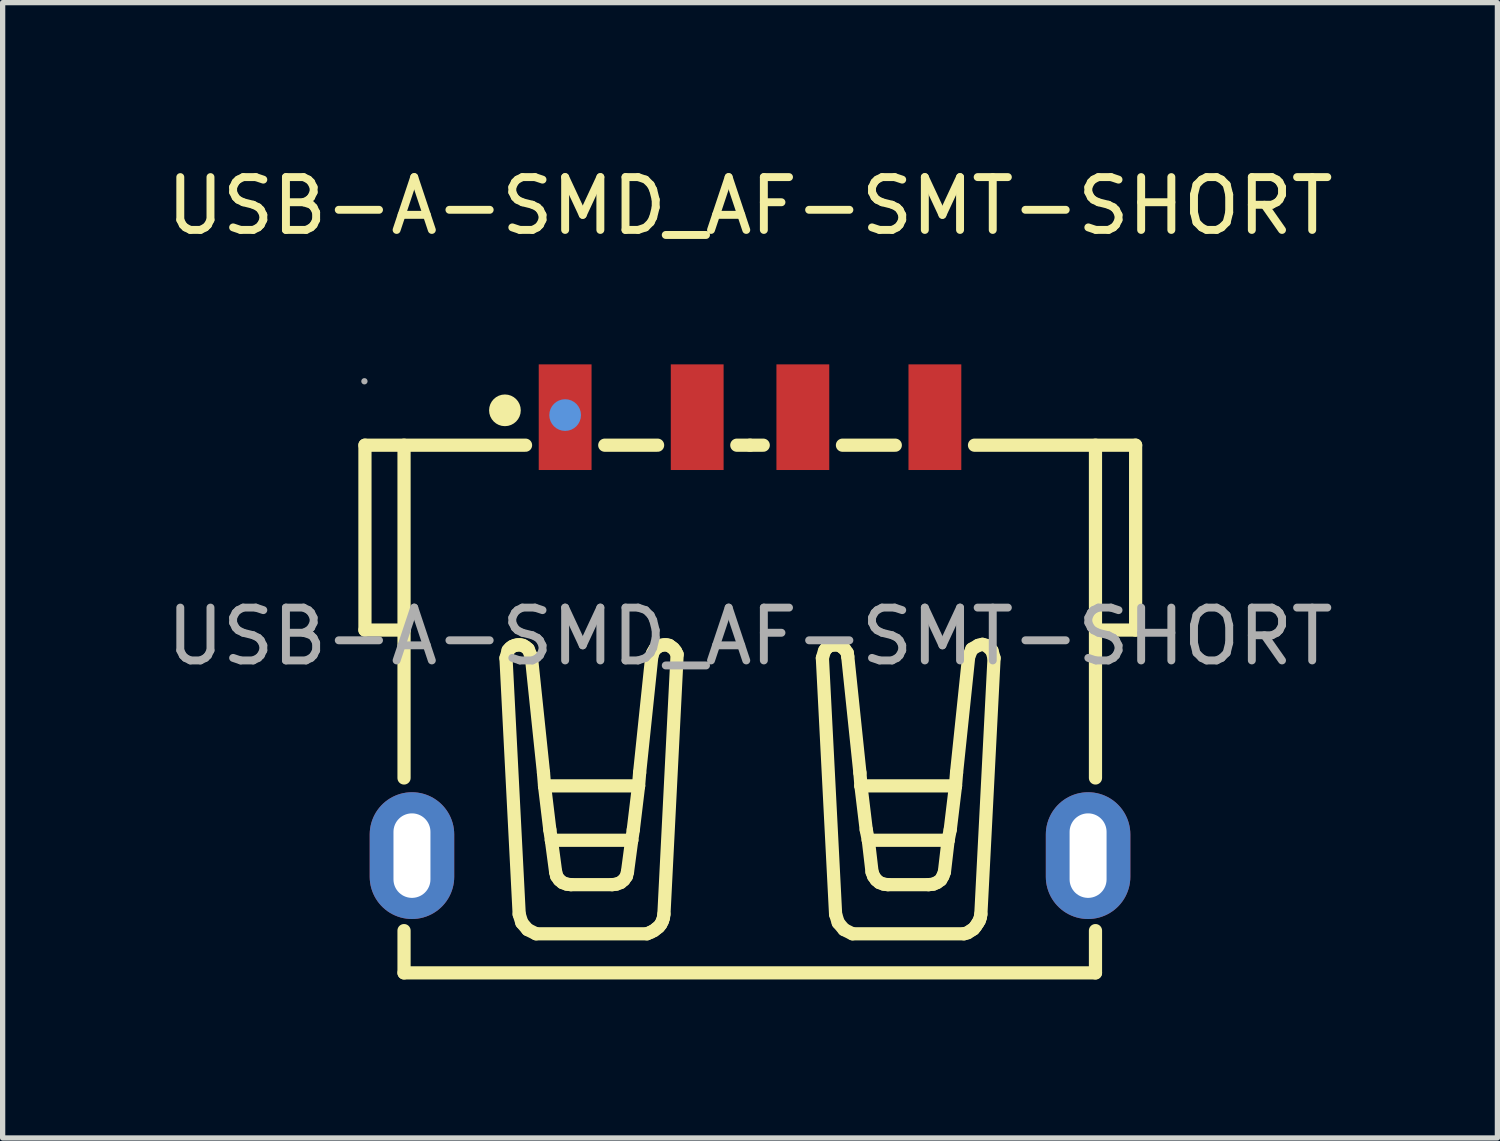
<source format=kicad_pcb>
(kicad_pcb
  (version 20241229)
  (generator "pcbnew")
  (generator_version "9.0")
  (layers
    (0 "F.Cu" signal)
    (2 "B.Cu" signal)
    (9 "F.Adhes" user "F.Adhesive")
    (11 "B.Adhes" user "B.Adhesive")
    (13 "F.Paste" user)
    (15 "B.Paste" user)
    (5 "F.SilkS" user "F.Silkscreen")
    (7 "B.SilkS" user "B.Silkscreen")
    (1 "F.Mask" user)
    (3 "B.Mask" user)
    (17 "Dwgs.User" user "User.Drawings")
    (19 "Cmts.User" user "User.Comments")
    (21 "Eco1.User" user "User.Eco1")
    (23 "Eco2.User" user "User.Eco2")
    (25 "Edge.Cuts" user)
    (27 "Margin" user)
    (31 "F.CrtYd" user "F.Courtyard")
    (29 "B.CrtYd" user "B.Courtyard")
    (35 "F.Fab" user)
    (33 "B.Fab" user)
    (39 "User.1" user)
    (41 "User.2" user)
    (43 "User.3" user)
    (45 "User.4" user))
  (footprint "USB-A-SMD_AF-SMT-SHORT"
    (layer "F.Cu")
    (at 11.149 8.998)
    (property "Reference" "USB-A-SMD_AF-SMT-SHORT" (at 0 -8.15 0) (layer "F.SilkS") (effects (font (size 1 1) (thickness 0.15))))
    (attr through_hole)
    (fp_line (start -7.29 -3.62) (end -7.29 -0.12) (stroke (width 0.25) (type solid)) (layer "F.SilkS"))
    (fp_line (start -6.55 -3.62) (end -6.55 2.68) (stroke (width 0.25) (type solid)) (layer "F.SilkS"))
    (fp_line (start -6.55 -0.12) (end -7.29 -0.12) (stroke (width 0.25) (type solid)) (layer "F.SilkS"))
    (fp_line (start -6.55 5.57) (end -6.55 6.37) (stroke (width 0.25) (type solid)) (layer "F.SilkS"))
    (fp_line (start -6.55 6.37) (end 6.54 6.37) (stroke (width 0.25) (type solid)) (layer "F.SilkS"))
    (fp_line (start -4.62 0.41) (end -4.37 5.26) (stroke (width 0.25) (type solid)) (layer "F.SilkS"))
    (fp_line (start -4.58 0.27) (end -4.62 0.41) (stroke (width 0.25) (type solid)) (layer "F.SilkS"))
    (fp_line (start -4.54 0.22) (end -4.58 0.26) (stroke (width 0.25) (type solid)) (layer "F.SilkS"))
    (fp_line (start -4.5 0.19) (end -4.54 0.22) (stroke (width 0.25) (type solid)) (layer "F.SilkS"))
    (fp_line (start -4.45 0.17) (end -4.5 0.19) (stroke (width 0.25) (type solid)) (layer "F.SilkS"))
    (fp_line (start -4.4 0.16) (end -4.45 0.17) (stroke (width 0.25) (type solid)) (layer "F.SilkS"))
    (fp_line (start -4.37 5.26) (end -4.32 5.42) (stroke (width 0.25) (type solid)) (layer "F.SilkS"))
    (fp_line (start -4.35 0.16) (end -4.4 0.16) (stroke (width 0.25) (type solid)) (layer "F.SilkS"))
    (fp_line (start -4.32 5.42) (end -4.21 5.55) (stroke (width 0.25) (type solid)) (layer "F.SilkS"))
    (fp_line (start -4.3 0.17) (end -4.35 0.16) (stroke (width 0.25) (type solid)) (layer "F.SilkS"))
    (fp_line (start -4.25 -3.62) (end -7.29 -3.62) (stroke (width 0.25) (type solid)) (layer "F.SilkS"))
    (fp_line (start -4.25 0.2) (end -4.3 0.17) (stroke (width 0.25) (type solid)) (layer "F.SilkS"))
    (fp_line (start -4.21 5.55) (end -4.05 5.63) (stroke (width 0.25) (type solid)) (layer "F.SilkS"))
    (fp_line (start -4.2 0.24) (end -4.25 0.2) (stroke (width 0.25) (type solid)) (layer "F.SilkS"))
    (fp_line (start -4.14 0.38) (end -4.2 0.24) (stroke (width 0.25) (type solid)) (layer "F.SilkS"))
    (fp_line (start -4.05 5.63) (end -1.95 5.63) (stroke (width 0.25) (type solid)) (layer "F.SilkS"))
    (fp_line (start -3.91 2.58) (end -4.14 0.38) (stroke (width 0.25) (type solid)) (layer "F.SilkS"))
    (fp_line (start -3.89 2.83) (end -3.91 2.58) (stroke (width 0.25) (type solid)) (layer "F.SilkS"))
    (fp_line (start -3.79 3.66) (end -3.89 2.83) (stroke (width 0.25) (type solid)) (layer "F.SilkS"))
    (fp_line (start -3.76 3.86) (end -3.79 3.66) (stroke (width 0.25) (type solid)) (layer "F.SilkS"))
    (fp_line (start -3.76 3.86) (end -2.24 3.86) (stroke (width 0.25) (type solid)) (layer "F.SilkS"))
    (fp_line (start -3.68 4.46) (end -3.76 3.86) (stroke (width 0.25) (type solid)) (layer "F.SilkS"))
    (fp_line (start -3.68 4.46) (end -3.66 4.54) (stroke (width 0.25) (type solid)) (layer "F.SilkS"))
    (fp_line (start -3.66 4.54) (end -3.61 4.61) (stroke (width 0.25) (type solid)) (layer "F.SilkS"))
    (fp_line (start -3.61 4.61) (end -3.55 4.66) (stroke (width 0.25) (type solid)) (layer "F.SilkS"))
    (fp_line (start -3.55 4.66) (end -3.47 4.69) (stroke (width 0.25) (type solid)) (layer "F.SilkS"))
    (fp_line (start -3.47 4.69) (end -3.39 4.7) (stroke (width 0.25) (type solid)) (layer "F.SilkS"))
    (fp_line (start -3.39 4.7) (end -2.61 4.7) (stroke (width 0.25) (type solid)) (layer "F.SilkS"))
    (fp_line (start -2.61 4.7) (end -2.53 4.69) (stroke (width 0.25) (type solid)) (layer "F.SilkS"))
    (fp_line (start -2.53 4.69) (end -2.45 4.66) (stroke (width 0.25) (type solid)) (layer "F.SilkS"))
    (fp_line (start -2.45 4.66) (end -2.39 4.61) (stroke (width 0.25) (type solid)) (layer "F.SilkS"))
    (fp_line (start -2.39 4.61) (end -2.34 4.54) (stroke (width 0.25) (type solid)) (layer "F.SilkS"))
    (fp_line (start -2.34 4.54) (end -2.32 4.46) (stroke (width 0.25) (type solid)) (layer "F.SilkS"))
    (fp_line (start -2.24 3.86) (end -2.32 4.46) (stroke (width 0.25) (type solid)) (layer "F.SilkS"))
    (fp_line (start -2.21 3.66) (end -2.24 3.86) (stroke (width 0.25) (type solid)) (layer "F.SilkS"))
    (fp_line (start -2.21 3.66) (end -2.11 2.83) (stroke (width 0.25) (type solid)) (layer "F.SilkS"))
    (fp_line (start -2.11 2.83) (end -3.89 2.83) (stroke (width 0.25) (type solid)) (layer "F.SilkS"))
    (fp_line (start -2.09 2.58) (end -2.11 2.83) (stroke (width 0.25) (type solid)) (layer "F.SilkS"))
    (fp_line (start -1.95 5.63) (end -1.88 5.6) (stroke (width 0.25) (type solid)) (layer "F.SilkS"))
    (fp_line (start -1.88 5.6) (end -1.82 5.57) (stroke (width 0.25) (type solid)) (layer "F.SilkS"))
    (fp_line (start -1.86 0.38) (end -2.09 2.58) (stroke (width 0.25) (type solid)) (layer "F.SilkS"))
    (fp_line (start -1.84 0.31) (end -1.86 0.38) (stroke (width 0.25) (type solid)) (layer "F.SilkS"))
    (fp_line (start -1.82 5.57) (end -1.77 5.53) (stroke (width 0.25) (type solid)) (layer "F.SilkS"))
    (fp_line (start -1.8 0.24) (end -1.84 0.31) (stroke (width 0.25) (type solid)) (layer "F.SilkS"))
    (fp_line (start -1.77 5.53) (end -1.73 5.5) (stroke (width 0.25) (type solid)) (layer "F.SilkS"))
    (fp_line (start -1.75 -3.62) (end -2.75 -3.62) (stroke (width 0.25) (type solid)) (layer "F.SilkS"))
    (fp_line (start -1.74 0.2) (end -1.8 0.24) (stroke (width 0.25) (type solid)) (layer "F.SilkS"))
    (fp_line (start -1.73 5.5) (end -1.69 5.45) (stroke (width 0.25) (type solid)) (layer "F.SilkS"))
    (fp_line (start -1.69 0.17) (end -1.74 0.19) (stroke (width 0.25) (type solid)) (layer "F.SilkS"))
    (fp_line (start -1.69 5.45) (end -1.66 5.39) (stroke (width 0.25) (type solid)) (layer "F.SilkS"))
    (fp_line (start -1.66 5.39) (end -1.64 5.33) (stroke (width 0.25) (type solid)) (layer "F.SilkS"))
    (fp_line (start -1.64 5.33) (end -1.63 5.26) (stroke (width 0.25) (type solid)) (layer "F.SilkS"))
    (fp_line (start -1.63 0.16) (end -1.69 0.17) (stroke (width 0.25) (type solid)) (layer "F.SilkS"))
    (fp_line (start -1.63 5.26) (end -1.38 0.34) (stroke (width 0.25) (type solid)) (layer "F.SilkS"))
    (fp_line (start -1.58 0.16) (end -1.63 0.16) (stroke (width 0.25) (type solid)) (layer "F.SilkS"))
    (fp_line (start -1.53 0.17) (end -1.58 0.16) (stroke (width 0.25) (type solid)) (layer "F.SilkS"))
    (fp_line (start -1.49 0.2) (end -1.53 0.17) (stroke (width 0.25) (type solid)) (layer "F.SilkS"))
    (fp_line (start -1.45 0.23) (end -1.49 0.2) (stroke (width 0.25) (type solid)) (layer "F.SilkS"))
    (fp_line (start -1.41 0.28) (end -1.45 0.23) (stroke (width 0.25) (type solid)) (layer "F.SilkS"))
    (fp_line (start -1.38 0.34) (end -1.41 0.28) (stroke (width 0.25) (type solid)) (layer "F.SilkS"))
    (fp_line (start 0 -3.62) (end -0.25 -3.62) (stroke (width 0.25) (type solid)) (layer "F.SilkS"))
    (fp_line (start 0 -3.62) (end 0.25 -3.62) (stroke (width 0.25) (type solid)) (layer "F.SilkS"))
    (fp_line (start 1.37 0.41) (end 1.62 5.26) (stroke (width 0.25) (type solid)) (layer "F.SilkS"))
    (fp_line (start 1.41 0.27) (end 1.37 0.41) (stroke (width 0.25) (type solid)) (layer "F.SilkS"))
    (fp_line (start 1.45 0.22) (end 1.42 0.26) (stroke (width 0.25) (type solid)) (layer "F.SilkS"))
    (fp_line (start 1.49 0.19) (end 1.45 0.22) (stroke (width 0.25) (type solid)) (layer "F.SilkS"))
    (fp_line (start 1.52 0.17) (end 1.49 0.19) (stroke (width 0.25) (type solid)) (layer "F.SilkS"))
    (fp_line (start 1.57 0.16) (end 1.52 0.17) (stroke (width 0.25) (type solid)) (layer "F.SilkS"))
    (fp_line (start 1.6 0.16) (end 1.57 0.16) (stroke (width 0.25) (type solid)) (layer "F.SilkS"))
    (fp_line (start 1.62 5.26) (end 1.67 5.42) (stroke (width 0.25) (type solid)) (layer "F.SilkS"))
    (fp_line (start 1.65 0.16) (end 1.6 0.16) (stroke (width 0.25) (type solid)) (layer "F.SilkS"))
    (fp_line (start 1.67 5.42) (end 1.78 5.55) (stroke (width 0.25) (type solid)) (layer "F.SilkS"))
    (fp_line (start 1.7 0.17) (end 1.65 0.16) (stroke (width 0.25) (type solid)) (layer "F.SilkS"))
    (fp_line (start 1.74 0.2) (end 1.7 0.17) (stroke (width 0.25) (type solid)) (layer "F.SilkS"))
    (fp_line (start 1.75 -3.62) (end 2.75 -3.62) (stroke (width 0.25) (type solid)) (layer "F.SilkS"))
    (fp_line (start 1.78 5.55) (end 1.94 5.63) (stroke (width 0.25) (type solid)) (layer "F.SilkS"))
    (fp_line (start 1.79 0.24) (end 1.74 0.2) (stroke (width 0.25) (type solid)) (layer "F.SilkS"))
    (fp_line (start 1.84 0.31) (end 1.79 0.24) (stroke (width 0.25) (type solid)) (layer "F.SilkS"))
    (fp_line (start 1.85 0.38) (end 1.84 0.31) (stroke (width 0.25) (type solid)) (layer "F.SilkS"))
    (fp_line (start 1.94 5.63) (end 4.05 5.63) (stroke (width 0.25) (type solid)) (layer "F.SilkS"))
    (fp_line (start 2.08 2.58) (end 1.85 0.38) (stroke (width 0.25) (type solid)) (layer "F.SilkS"))
    (fp_line (start 2.1 2.83) (end 2.08 2.58) (stroke (width 0.25) (type solid)) (layer "F.SilkS"))
    (fp_line (start 2.1 2.83) (end 3.89 2.83) (stroke (width 0.25) (type solid)) (layer "F.SilkS"))
    (fp_line (start 2.2 3.66) (end 2.1 2.83) (stroke (width 0.25) (type solid)) (layer "F.SilkS"))
    (fp_line (start 2.24 3.86) (end 2.2 3.66) (stroke (width 0.25) (type solid)) (layer "F.SilkS"))
    (fp_line (start 2.24 3.86) (end 3.75 3.86) (stroke (width 0.25) (type solid)) (layer "F.SilkS"))
    (fp_line (start 2.31 4.46) (end 2.24 3.86) (stroke (width 0.25) (type solid)) (layer "F.SilkS"))
    (fp_line (start 2.31 4.46) (end 2.34 4.54) (stroke (width 0.25) (type solid)) (layer "F.SilkS"))
    (fp_line (start 2.34 4.54) (end 2.39 4.61) (stroke (width 0.25) (type solid)) (layer "F.SilkS"))
    (fp_line (start 2.39 4.61) (end 2.45 4.66) (stroke (width 0.25) (type solid)) (layer "F.SilkS"))
    (fp_line (start 2.45 4.66) (end 2.53 4.69) (stroke (width 0.25) (type solid)) (layer "F.SilkS"))
    (fp_line (start 2.53 4.69) (end 2.61 4.7) (stroke (width 0.25) (type solid)) (layer "F.SilkS"))
    (fp_line (start 2.61 4.7) (end 3.38 4.7) (stroke (width 0.25) (type solid)) (layer "F.SilkS"))
    (fp_line (start 3.38 4.7) (end 3.47 4.69) (stroke (width 0.25) (type solid)) (layer "F.SilkS"))
    (fp_line (start 3.47 4.69) (end 3.54 4.66) (stroke (width 0.25) (type solid)) (layer "F.SilkS"))
    (fp_line (start 3.54 4.66) (end 3.61 4.61) (stroke (width 0.25) (type solid)) (layer "F.SilkS"))
    (fp_line (start 3.61 4.61) (end 3.65 4.54) (stroke (width 0.25) (type solid)) (layer "F.SilkS"))
    (fp_line (start 3.65 4.54) (end 3.68 4.46) (stroke (width 0.25) (type solid)) (layer "F.SilkS"))
    (fp_line (start 3.75 3.86) (end 3.68 4.46) (stroke (width 0.25) (type solid)) (layer "F.SilkS"))
    (fp_line (start 3.79 3.66) (end 3.75 3.86) (stroke (width 0.25) (type solid)) (layer "F.SilkS"))
    (fp_line (start 3.89 2.83) (end 3.79 3.66) (stroke (width 0.25) (type solid)) (layer "F.SilkS"))
    (fp_line (start 3.91 2.58) (end 3.89 2.83) (stroke (width 0.25) (type solid)) (layer "F.SilkS"))
    (fp_line (start 4.05 5.63) (end 4.12 5.61) (stroke (width 0.25) (type solid)) (layer "F.SilkS"))
    (fp_line (start 4.12 5.61) (end 4.18 5.57) (stroke (width 0.25) (type solid)) (layer "F.SilkS"))
    (fp_line (start 4.14 0.38) (end 3.91 2.58) (stroke (width 0.25) (type solid)) (layer "F.SilkS"))
    (fp_line (start 4.18 5.57) (end 4.23 5.54) (stroke (width 0.25) (type solid)) (layer "F.SilkS"))
    (fp_line (start 4.2 0.24) (end 4.14 0.38) (stroke (width 0.25) (type solid)) (layer "F.SilkS"))
    (fp_line (start 4.23 5.54) (end 4.27 5.49) (stroke (width 0.25) (type solid)) (layer "F.SilkS"))
    (fp_line (start 4.25 -3.62) (end 7.3 -3.62) (stroke (width 0.25) (type solid)) (layer "F.SilkS"))
    (fp_line (start 4.27 5.49) (end 4.31 5.43) (stroke (width 0.25) (type solid)) (layer "F.SilkS"))
    (fp_line (start 4.31 5.43) (end 4.34 5.38) (stroke (width 0.25) (type solid)) (layer "F.SilkS"))
    (fp_line (start 4.32 0.17) (end 4.2 0.24) (stroke (width 0.25) (type solid)) (layer "F.SilkS"))
    (fp_line (start 4.34 5.38) (end 4.36 5.32) (stroke (width 0.25) (type solid)) (layer "F.SilkS"))
    (fp_line (start 4.36 5.32) (end 4.37 5.26) (stroke (width 0.25) (type solid)) (layer "F.SilkS"))
    (fp_line (start 4.37 5.26) (end 4.62 0.41) (stroke (width 0.25) (type solid)) (layer "F.SilkS"))
    (fp_line (start 4.4 0.15) (end 4.32 0.17) (stroke (width 0.25) (type solid)) (layer "F.SilkS"))
    (fp_line (start 4.47 0.17) (end 4.4 0.15) (stroke (width 0.25) (type solid)) (layer "F.SilkS"))
    (fp_line (start 4.58 0.27) (end 4.47 0.17) (stroke (width 0.25) (type solid)) (layer "F.SilkS"))
    (fp_line (start 4.62 0.41) (end 4.58 0.27) (stroke (width 0.25) (type solid)) (layer "F.SilkS"))
    (fp_line (start 6.54 -3.62) (end 6.54 2.68) (stroke (width 0.25) (type solid)) (layer "F.SilkS"))
    (fp_line (start 6.54 5.57) (end 6.54 6.37) (stroke (width 0.25) (type solid)) (layer "F.SilkS"))
    (fp_line (start 7.3 -3.62) (end 7.3 -0.12) (stroke (width 0.25) (type solid)) (layer "F.SilkS"))
    (fp_line (start 7.3 -0.12) (end 6.54 -0.12) (stroke (width 0.25) (type solid)) (layer "F.SilkS"))
    (fp_circle (center -4.64 -4.28) (end -4.49 -4.28) (stroke (width 0.3) (type solid)) (fill no) (layer "F.SilkS"))
    (fp_circle (center -3.5 -4.19) (end -3.35 -4.19) (stroke (width 0.3) (type solid)) (fill no) (layer "Cmts.User"))
    (fp_circle (center -7.3 -4.83) (end -7.27 -4.83) (stroke (width 0.06) (type solid)) (fill no) (layer "F.Fab"))
    (fp_text user "${REFERENCE}" (at 0 0 0) (layer "F.Fab") (effects (font (size 1 1) (thickness 0.15))))
    (pad "1" smd rect (at -3.5 -4.15 270) (size 2 1) (layers "F.Cu" "F.Mask" "F.Paste"))
    (pad "2" smd rect (at -1 -4.15 270) (size 2 1) (layers "F.Cu" "F.Mask" "F.Paste"))
    (pad "3" smd rect (at 1 -4.15 270) (size 2 1) (layers "F.Cu" "F.Mask" "F.Paste"))
    (pad "4" smd rect (at 3.5 -4.15 270) (size 2 1) (layers "F.Cu" "F.Mask" "F.Paste"))
    (pad "SH1" thru_hole oval (at 6.4 4.15 90) (size 2.4 1.6) (drill oval 1.6 0.7) (layers "*.Cu" "*.Paste" "*.Mask"))
    (pad "SH2" thru_hole oval (at -6.4 4.15 270) (size 2.4 1.6) (drill oval 1.6 0.7) (layers "*.Cu" "*.Paste" "*.Mask")))
  (gr_rect
    (start -3 -3)
    (end 25.298 18.493)
    (stroke (width 0.1) (type default))
    (fill no)
    (layer "Edge.Cuts")))
</source>
